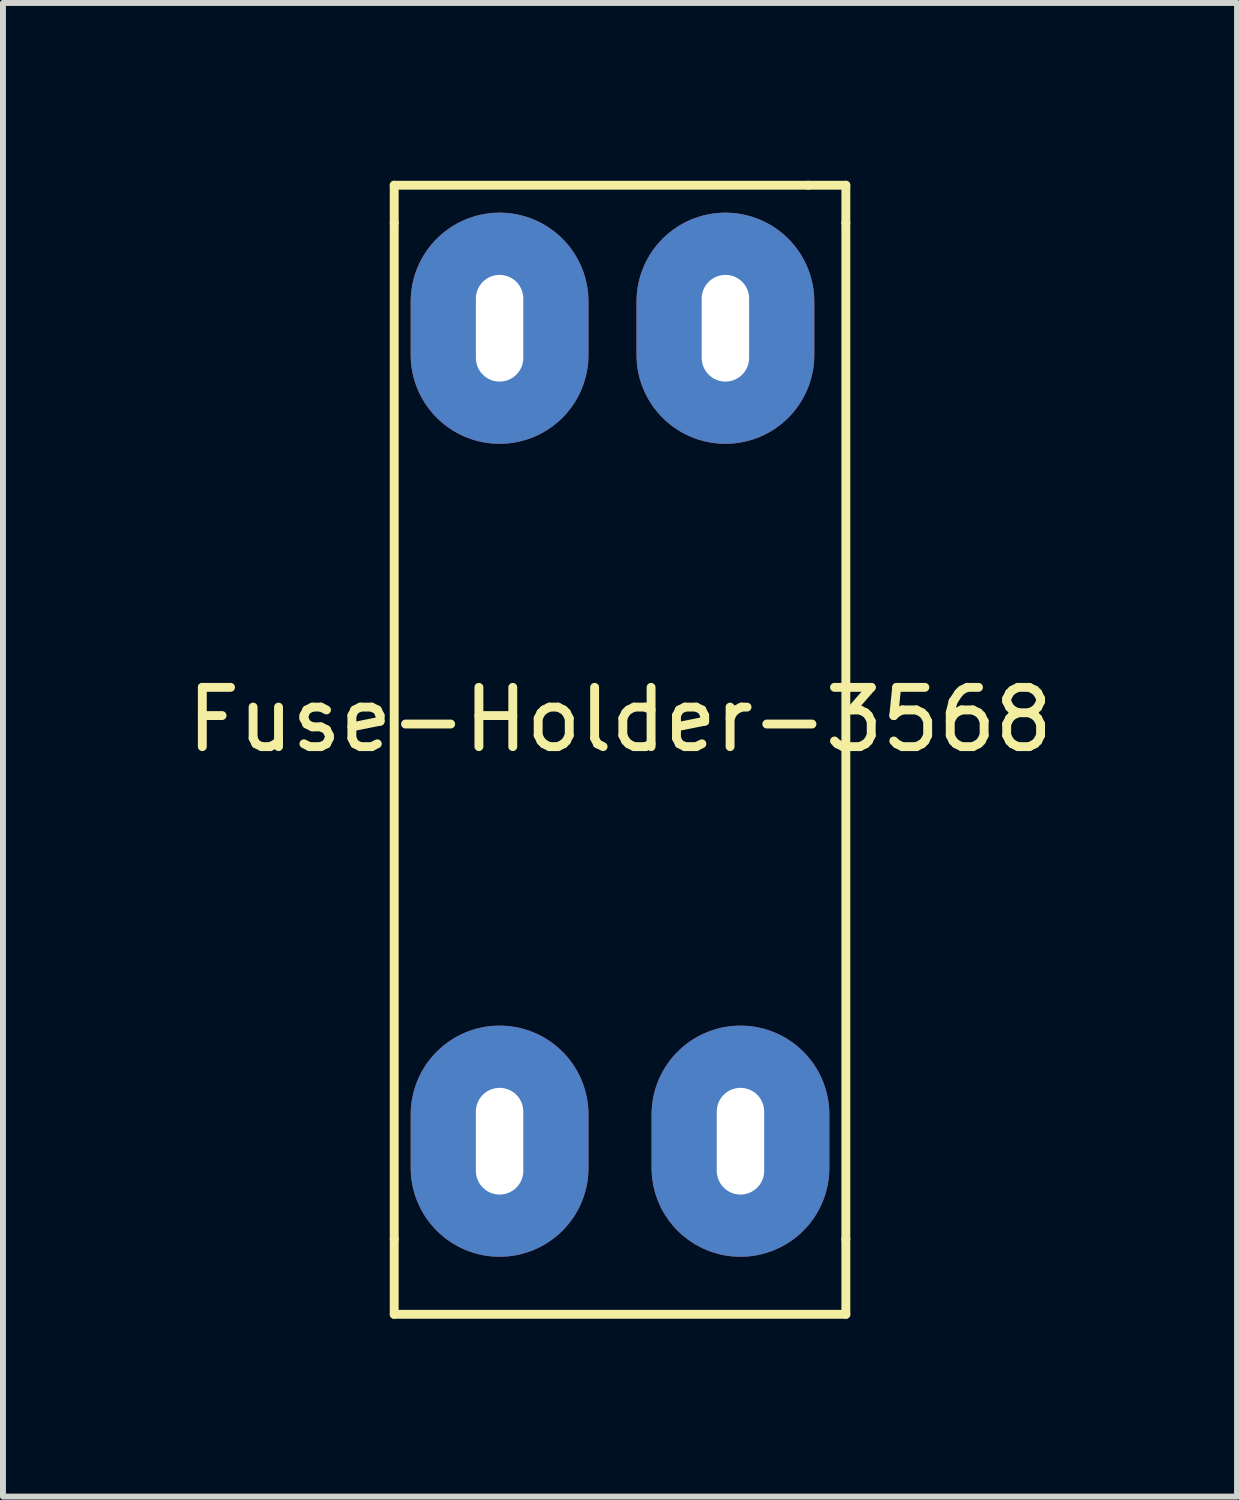
<source format=kicad_pcb>
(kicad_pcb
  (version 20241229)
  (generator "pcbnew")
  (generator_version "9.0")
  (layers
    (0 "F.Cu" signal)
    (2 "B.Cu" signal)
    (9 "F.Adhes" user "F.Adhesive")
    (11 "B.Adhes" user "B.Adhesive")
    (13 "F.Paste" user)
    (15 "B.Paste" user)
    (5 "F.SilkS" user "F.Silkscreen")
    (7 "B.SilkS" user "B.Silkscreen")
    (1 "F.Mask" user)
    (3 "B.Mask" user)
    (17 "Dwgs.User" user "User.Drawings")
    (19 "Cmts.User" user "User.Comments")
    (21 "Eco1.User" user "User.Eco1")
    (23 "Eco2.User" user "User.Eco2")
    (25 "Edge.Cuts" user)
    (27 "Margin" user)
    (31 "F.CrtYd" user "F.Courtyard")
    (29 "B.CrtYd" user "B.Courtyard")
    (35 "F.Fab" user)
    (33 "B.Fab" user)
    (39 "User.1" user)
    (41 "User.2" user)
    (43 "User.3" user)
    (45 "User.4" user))
  (footprint "Fuse-Holder-3568"
    (layer "F.Cu")
    (at 7.411 7.06)
    (property "Reference" "Fuse-Holder-3568" (at 0 2.032 0) (layer "F.SilkS") (effects (font (size 1 1) (thickness 0.15))))
    (attr through_hole)
    (fp_line (start -3.81 -6.985) (end -3.81 -6.35) (stroke (width 0.15) (type solid)) (layer "F.SilkS"))
    (fp_line (start -3.81 -6.985) (end 3.175 -6.985) (stroke (width 0.15) (type solid)) (layer "F.SilkS"))
    (fp_line (start -3.81 10.795) (end -3.81 -6.35) (stroke (width 0.15) (type solid)) (layer "F.SilkS"))
    (fp_line (start -3.81 10.795) (end -3.81 12.065) (stroke (width 0.15) (type solid)) (layer "F.SilkS"))
    (fp_line (start 3.175 -6.985) (end 3.81 -6.985) (stroke (width 0.15) (type solid)) (layer "F.SilkS"))
    (fp_line (start 3.81 -6.35) (end 3.81 -6.985) (stroke (width 0.15) (type solid)) (layer "F.SilkS"))
    (fp_line (start 3.81 -6.35) (end 3.81 10.795) (stroke (width 0.15) (type solid)) (layer "F.SilkS"))
    (fp_line (start 3.81 10.795) (end 3.81 12.065) (stroke (width 0.15) (type solid)) (layer "F.SilkS"))
    (fp_line (start 3.81 12.065) (end -3.81 12.065) (stroke (width 0.15) (type solid)) (layer "F.SilkS"))
    (pad "1" thru_hole oval (at -2.032 -4.572) (size 3 3.9) (drill oval 0.8 1.8) (layers "*.Cu" "*.Mask"))
    (pad "1" thru_hole oval (at 1.778 -4.572) (size 3 3.9) (drill oval 0.8 1.8) (layers "*.Cu" "*.Mask"))
    (pad "2" thru_hole oval (at -2.032 9.144) (size 3 3.9) (drill oval 0.8 1.8) (layers "*.Cu" "*.Mask"))
    (pad "2" thru_hole oval (at 2.032 9.144) (size 3 3.9) (drill oval 0.8 1.8) (layers "*.Cu" "*.Mask")))
  (gr_rect
    (start -3 -3)
    (end 17.821 22.2)
    (stroke (width 0.1) (type default))
    (fill no)
    (layer "Edge.Cuts")))
</source>
